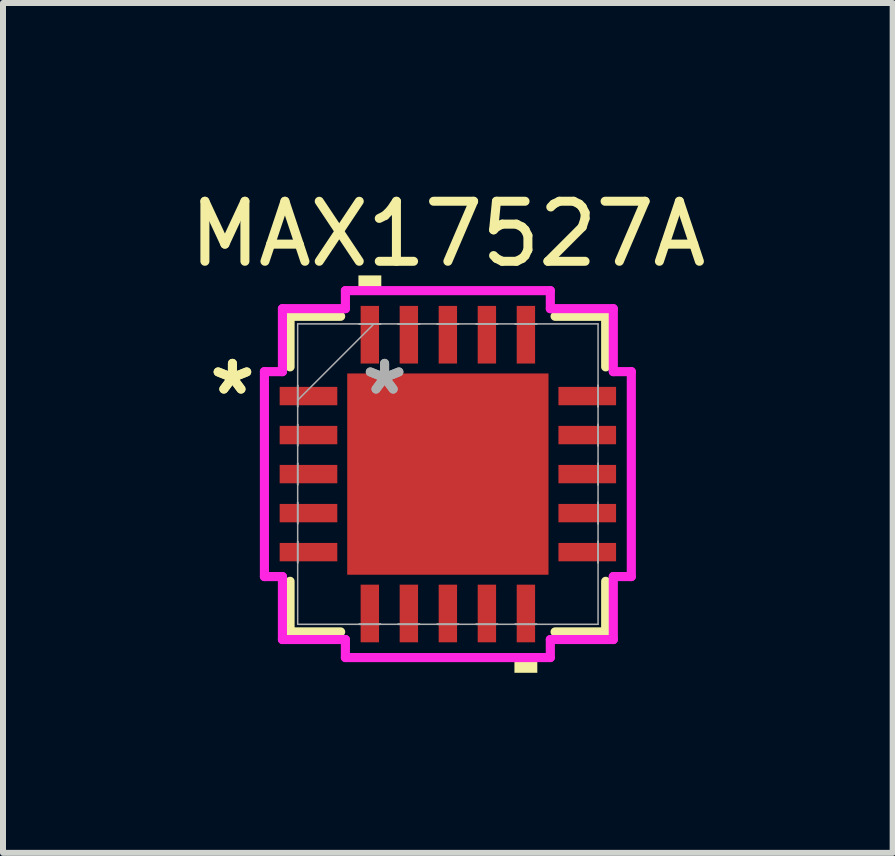
<source format=kicad_pcb>
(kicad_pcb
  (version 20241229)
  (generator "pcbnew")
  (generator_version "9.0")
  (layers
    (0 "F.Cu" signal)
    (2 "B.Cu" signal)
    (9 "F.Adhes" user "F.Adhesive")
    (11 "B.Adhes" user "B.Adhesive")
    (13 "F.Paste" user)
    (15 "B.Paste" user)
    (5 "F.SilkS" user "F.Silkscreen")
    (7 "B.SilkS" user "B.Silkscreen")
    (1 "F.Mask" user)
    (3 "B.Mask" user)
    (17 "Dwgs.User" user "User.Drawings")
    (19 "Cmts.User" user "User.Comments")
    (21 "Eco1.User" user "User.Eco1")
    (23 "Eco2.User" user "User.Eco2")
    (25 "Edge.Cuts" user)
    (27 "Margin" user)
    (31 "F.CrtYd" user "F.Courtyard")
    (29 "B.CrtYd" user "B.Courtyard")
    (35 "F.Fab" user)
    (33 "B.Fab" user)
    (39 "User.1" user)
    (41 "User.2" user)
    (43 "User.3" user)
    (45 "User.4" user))
  (footprint "MAX17527A"
    (layer "F.Cu")
    (at 4.411 4.848)
    (property "Reference" "MAX17527A" (at 0 -4 0) (unlocked yes) (layer "F.SilkS") (effects (font (size 1 1) (thickness 0.15))))
    (attr smd)
    (fp_line (start -2.629 -2.629) (end -2.629 -1.786) (stroke (width 0.152) (type solid)) (layer "F.SilkS"))
    (fp_line (start -2.629 1.786) (end -2.629 2.629) (stroke (width 0.152) (type solid)) (layer "F.SilkS"))
    (fp_line (start -2.629 2.629) (end -1.786 2.629) (stroke (width 0.152) (type solid)) (layer "F.SilkS"))
    (fp_line (start -1.786 -2.629) (end -2.629 -2.629) (stroke (width 0.152) (type solid)) (layer "F.SilkS"))
    (fp_line (start 1.786 2.629) (end 2.629 2.629) (stroke (width 0.152) (type solid)) (layer "F.SilkS"))
    (fp_line (start 2.629 -2.629) (end 1.786 -2.629) (stroke (width 0.152) (type solid)) (layer "F.SilkS"))
    (fp_line (start 2.629 -1.786) (end 2.629 -2.629) (stroke (width 0.152) (type solid)) (layer "F.SilkS"))
    (fp_line (start 2.629 2.629) (end 2.629 1.786) (stroke (width 0.152) (type solid)) (layer "F.SilkS"))
    (fp_poly (pts (xy -1.49 -3.056) (xy -1.49 -3.31) (xy -1.109 -3.31) (xy -1.109 -3.056)) (stroke (width 0) (type solid)) (fill yes) (layer "F.SilkS"))
    (fp_poly (pts (xy 1.109 3.056) (xy 1.109 3.31) (xy 1.49 3.31) (xy 1.49 3.056)) (stroke (width 0) (type solid)) (fill yes) (layer "F.SilkS"))
    (fp_line (start -3.056 -1.707) (end -2.756 -1.707) (stroke (width 0.152) (type solid)) (layer "F.CrtYd"))
    (fp_line (start -3.056 1.707) (end -3.056 -1.707) (stroke (width 0.152) (type solid)) (layer "F.CrtYd"))
    (fp_line (start -2.756 -2.756) (end -1.707 -2.756) (stroke (width 0.152) (type solid)) (layer "F.CrtYd"))
    (fp_line (start -2.756 -1.707) (end -2.756 -2.756) (stroke (width 0.152) (type solid)) (layer "F.CrtYd"))
    (fp_line (start -2.756 1.707) (end -3.056 1.707) (stroke (width 0.152) (type solid)) (layer "F.CrtYd"))
    (fp_line (start -2.756 2.756) (end -2.756 1.707) (stroke (width 0.152) (type solid)) (layer "F.CrtYd"))
    (fp_line (start -1.707 -3.056) (end 1.707 -3.056) (stroke (width 0.152) (type solid)) (layer "F.CrtYd"))
    (fp_line (start -1.707 -2.756) (end -1.707 -3.056) (stroke (width 0.152) (type solid)) (layer "F.CrtYd"))
    (fp_line (start -1.707 2.756) (end -2.756 2.756) (stroke (width 0.152) (type solid)) (layer "F.CrtYd"))
    (fp_line (start -1.707 3.056) (end -1.707 2.756) (stroke (width 0.152) (type solid)) (layer "F.CrtYd"))
    (fp_line (start 1.707 -3.056) (end 1.707 -2.756) (stroke (width 0.152) (type solid)) (layer "F.CrtYd"))
    (fp_line (start 1.707 -2.756) (end 2.756 -2.756) (stroke (width 0.152) (type solid)) (layer "F.CrtYd"))
    (fp_line (start 1.707 2.756) (end 1.707 3.056) (stroke (width 0.152) (type solid)) (layer "F.CrtYd"))
    (fp_line (start 1.707 3.056) (end -1.707 3.056) (stroke (width 0.152) (type solid)) (layer "F.CrtYd"))
    (fp_line (start 2.756 -2.756) (end 2.756 -1.707) (stroke (width 0.152) (type solid)) (layer "F.CrtYd"))
    (fp_line (start 2.756 -1.707) (end 3.056 -1.707) (stroke (width 0.152) (type solid)) (layer "F.CrtYd"))
    (fp_line (start 2.756 1.707) (end 2.756 2.756) (stroke (width 0.152) (type solid)) (layer "F.CrtYd"))
    (fp_line (start 2.756 2.756) (end 1.707 2.756) (stroke (width 0.152) (type solid)) (layer "F.CrtYd"))
    (fp_line (start 3.056 -1.707) (end 3.056 1.707) (stroke (width 0.152) (type solid)) (layer "F.CrtYd"))
    (fp_line (start 3.056 1.707) (end 2.756 1.707) (stroke (width 0.152) (type solid)) (layer "F.CrtYd"))
    (fp_line (start -2.502 -2.502) (end -2.502 2.502) (stroke (width 0.025) (type solid)) (layer "F.Fab"))
    (fp_line (start -2.502 -1.478) (end -2.502 -1.478) (stroke (width 0.025) (type solid)) (layer "F.Fab"))
    (fp_line (start -2.502 -1.478) (end -2.502 -1.122) (stroke (width 0.025) (type solid)) (layer "F.Fab"))
    (fp_line (start -2.502 -1.232) (end -1.232 -2.502) (stroke (width 0.025) (type solid)) (layer "F.Fab"))
    (fp_line (start -2.502 -1.122) (end -2.502 -1.478) (stroke (width 0.025) (type solid)) (layer "F.Fab"))
    (fp_line (start -2.502 -1.122) (end -2.502 -1.122) (stroke (width 0.025) (type solid)) (layer "F.Fab"))
    (fp_line (start -2.502 -0.828) (end -2.502 -0.828) (stroke (width 0.025) (type solid)) (layer "F.Fab"))
    (fp_line (start -2.502 -0.828) (end -2.502 -0.472) (stroke (width 0.025) (type solid)) (layer "F.Fab"))
    (fp_line (start -2.502 -0.472) (end -2.502 -0.828) (stroke (width 0.025) (type solid)) (layer "F.Fab"))
    (fp_line (start -2.502 -0.472) (end -2.502 -0.472) (stroke (width 0.025) (type solid)) (layer "F.Fab"))
    (fp_line (start -2.502 -0.178) (end -2.502 -0.178) (stroke (width 0.025) (type solid)) (layer "F.Fab"))
    (fp_line (start -2.502 -0.178) (end -2.502 0.178) (stroke (width 0.025) (type solid)) (layer "F.Fab"))
    (fp_line (start -2.502 0.178) (end -2.502 -0.178) (stroke (width 0.025) (type solid)) (layer "F.Fab"))
    (fp_line (start -2.502 0.178) (end -2.502 0.178) (stroke (width 0.025) (type solid)) (layer "F.Fab"))
    (fp_line (start -2.502 0.472) (end -2.502 0.472) (stroke (width 0.025) (type solid)) (layer "F.Fab"))
    (fp_line (start -2.502 0.472) (end -2.502 0.828) (stroke (width 0.025) (type solid)) (layer "F.Fab"))
    (fp_line (start -2.502 0.828) (end -2.502 0.472) (stroke (width 0.025) (type solid)) (layer "F.Fab"))
    (fp_line (start -2.502 0.828) (end -2.502 0.828) (stroke (width 0.025) (type solid)) (layer "F.Fab"))
    (fp_line (start -2.502 1.122) (end -2.502 1.122) (stroke (width 0.025) (type solid)) (layer "F.Fab"))
    (fp_line (start -2.502 1.122) (end -2.502 1.478) (stroke (width 0.025) (type solid)) (layer "F.Fab"))
    (fp_line (start -2.502 1.478) (end -2.502 1.122) (stroke (width 0.025) (type solid)) (layer "F.Fab"))
    (fp_line (start -2.502 1.478) (end -2.502 1.478) (stroke (width 0.025) (type solid)) (layer "F.Fab"))
    (fp_line (start -2.502 2.502) (end 2.502 2.502) (stroke (width 0.025) (type solid)) (layer "F.Fab"))
    (fp_line (start -1.478 -2.502) (end -1.478 -2.502) (stroke (width 0.025) (type solid)) (layer "F.Fab"))
    (fp_line (start -1.478 -2.502) (end -1.122 -2.502) (stroke (width 0.025) (type solid)) (layer "F.Fab"))
    (fp_line (start -1.478 2.502) (end -1.478 2.502) (stroke (width 0.025) (type solid)) (layer "F.Fab"))
    (fp_line (start -1.478 2.502) (end -1.122 2.502) (stroke (width 0.025) (type solid)) (layer "F.Fab"))
    (fp_line (start -1.122 -2.502) (end -1.478 -2.502) (stroke (width 0.025) (type solid)) (layer "F.Fab"))
    (fp_line (start -1.122 -2.502) (end -1.122 -2.502) (stroke (width 0.025) (type solid)) (layer "F.Fab"))
    (fp_line (start -1.122 2.502) (end -1.478 2.502) (stroke (width 0.025) (type solid)) (layer "F.Fab"))
    (fp_line (start -1.122 2.502) (end -1.122 2.502) (stroke (width 0.025) (type solid)) (layer "F.Fab"))
    (fp_line (start -0.828 -2.502) (end -0.828 -2.502) (stroke (width 0.025) (type solid)) (layer "F.Fab"))
    (fp_line (start -0.828 -2.502) (end -0.472 -2.502) (stroke (width 0.025) (type solid)) (layer "F.Fab"))
    (fp_line (start -0.828 2.502) (end -0.828 2.502) (stroke (width 0.025) (type solid)) (layer "F.Fab"))
    (fp_line (start -0.828 2.502) (end -0.472 2.502) (stroke (width 0.025) (type solid)) (layer "F.Fab"))
    (fp_line (start -0.472 -2.502) (end -0.828 -2.502) (stroke (width 0.025) (type solid)) (layer "F.Fab"))
    (fp_line (start -0.472 -2.502) (end -0.472 -2.502) (stroke (width 0.025) (type solid)) (layer "F.Fab"))
    (fp_line (start -0.472 2.502) (end -0.828 2.502) (stroke (width 0.025) (type solid)) (layer "F.Fab"))
    (fp_line (start -0.472 2.502) (end -0.472 2.502) (stroke (width 0.025) (type solid)) (layer "F.Fab"))
    (fp_line (start -0.178 -2.502) (end -0.178 -2.502) (stroke (width 0.025) (type solid)) (layer "F.Fab"))
    (fp_line (start -0.178 -2.502) (end 0.178 -2.502) (stroke (width 0.025) (type solid)) (layer "F.Fab"))
    (fp_line (start -0.178 2.502) (end -0.178 2.502) (stroke (width 0.025) (type solid)) (layer "F.Fab"))
    (fp_line (start -0.178 2.502) (end 0.178 2.502) (stroke (width 0.025) (type solid)) (layer "F.Fab"))
    (fp_line (start 0.178 -2.502) (end -0.178 -2.502) (stroke (width 0.025) (type solid)) (layer "F.Fab"))
    (fp_line (start 0.178 -2.502) (end 0.178 -2.502) (stroke (width 0.025) (type solid)) (layer "F.Fab"))
    (fp_line (start 0.178 2.502) (end -0.178 2.502) (stroke (width 0.025) (type solid)) (layer "F.Fab"))
    (fp_line (start 0.178 2.502) (end 0.178 2.502) (stroke (width 0.025) (type solid)) (layer "F.Fab"))
    (fp_line (start 0.472 -2.502) (end 0.472 -2.502) (stroke (width 0.025) (type solid)) (layer "F.Fab"))
    (fp_line (start 0.472 -2.502) (end 0.828 -2.502) (stroke (width 0.025) (type solid)) (layer "F.Fab"))
    (fp_line (start 0.472 2.502) (end 0.472 2.502) (stroke (width 0.025) (type solid)) (layer "F.Fab"))
    (fp_line (start 0.472 2.502) (end 0.828 2.502) (stroke (width 0.025) (type solid)) (layer "F.Fab"))
    (fp_line (start 0.828 -2.502) (end 0.472 -2.502) (stroke (width 0.025) (type solid)) (layer "F.Fab"))
    (fp_line (start 0.828 -2.502) (end 0.828 -2.502) (stroke (width 0.025) (type solid)) (layer "F.Fab"))
    (fp_line (start 0.828 2.502) (end 0.472 2.502) (stroke (width 0.025) (type solid)) (layer "F.Fab"))
    (fp_line (start 0.828 2.502) (end 0.828 2.502) (stroke (width 0.025) (type solid)) (layer "F.Fab"))
    (fp_line (start 1.122 -2.502) (end 1.122 -2.502) (stroke (width 0.025) (type solid)) (layer "F.Fab"))
    (fp_line (start 1.122 -2.502) (end 1.478 -2.502) (stroke (width 0.025) (type solid)) (layer "F.Fab"))
    (fp_line (start 1.122 2.502) (end 1.122 2.502) (stroke (width 0.025) (type solid)) (layer "F.Fab"))
    (fp_line (start 1.122 2.502) (end 1.478 2.502) (stroke (width 0.025) (type solid)) (layer "F.Fab"))
    (fp_line (start 1.478 -2.502) (end 1.122 -2.502) (stroke (width 0.025) (type solid)) (layer "F.Fab"))
    (fp_line (start 1.478 -2.502) (end 1.478 -2.502) (stroke (width 0.025) (type solid)) (layer "F.Fab"))
    (fp_line (start 1.478 2.502) (end 1.122 2.502) (stroke (width 0.025) (type solid)) (layer "F.Fab"))
    (fp_line (start 1.478 2.502) (end 1.478 2.502) (stroke (width 0.025) (type solid)) (layer "F.Fab"))
    (fp_line (start 2.502 -2.502) (end -2.502 -2.502) (stroke (width 0.025) (type solid)) (layer "F.Fab"))
    (fp_line (start 2.502 -1.478) (end 2.502 -1.478) (stroke (width 0.025) (type solid)) (layer "F.Fab"))
    (fp_line (start 2.502 -1.478) (end 2.502 -1.122) (stroke (width 0.025) (type solid)) (layer "F.Fab"))
    (fp_line (start 2.502 -1.122) (end 2.502 -1.478) (stroke (width 0.025) (type solid)) (layer "F.Fab"))
    (fp_line (start 2.502 -1.122) (end 2.502 -1.122) (stroke (width 0.025) (type solid)) (layer "F.Fab"))
    (fp_line (start 2.502 -0.828) (end 2.502 -0.828) (stroke (width 0.025) (type solid)) (layer "F.Fab"))
    (fp_line (start 2.502 -0.828) (end 2.502 -0.472) (stroke (width 0.025) (type solid)) (layer "F.Fab"))
    (fp_line (start 2.502 -0.472) (end 2.502 -0.828) (stroke (width 0.025) (type solid)) (layer "F.Fab"))
    (fp_line (start 2.502 -0.472) (end 2.502 -0.472) (stroke (width 0.025) (type solid)) (layer "F.Fab"))
    (fp_line (start 2.502 -0.178) (end 2.502 -0.178) (stroke (width 0.025) (type solid)) (layer "F.Fab"))
    (fp_line (start 2.502 -0.178) (end 2.502 0.178) (stroke (width 0.025) (type solid)) (layer "F.Fab"))
    (fp_line (start 2.502 0.178) (end 2.502 -0.178) (stroke (width 0.025) (type solid)) (layer "F.Fab"))
    (fp_line (start 2.502 0.178) (end 2.502 0.178) (stroke (width 0.025) (type solid)) (layer "F.Fab"))
    (fp_line (start 2.502 0.472) (end 2.502 0.472) (stroke (width 0.025) (type solid)) (layer "F.Fab"))
    (fp_line (start 2.502 0.472) (end 2.502 0.828) (stroke (width 0.025) (type solid)) (layer "F.Fab"))
    (fp_line (start 2.502 0.828) (end 2.502 0.472) (stroke (width 0.025) (type solid)) (layer "F.Fab"))
    (fp_line (start 2.502 0.828) (end 2.502 0.828) (stroke (width 0.025) (type solid)) (layer "F.Fab"))
    (fp_line (start 2.502 1.122) (end 2.502 1.122) (stroke (width 0.025) (type solid)) (layer "F.Fab"))
    (fp_line (start 2.502 1.122) (end 2.502 1.478) (stroke (width 0.025) (type solid)) (layer "F.Fab"))
    (fp_line (start 2.502 1.478) (end 2.502 1.122) (stroke (width 0.025) (type solid)) (layer "F.Fab"))
    (fp_line (start 2.502 1.478) (end 2.502 1.478) (stroke (width 0.025) (type solid)) (layer "F.Fab"))
    (fp_line (start 2.502 2.502) (end 2.502 -2.502) (stroke (width 0.025) (type solid)) (layer "F.Fab"))
    (fp_text user "*" (at -3.589 -1.3 0) (layer "F.SilkS") (effects (font (size 1 1) (thickness 0.15))))
    (fp_text user "*" (at -3.589 -1.3 0) (unlocked yes) (layer "F.SilkS") (effects (font (size 1 1) (thickness 0.15))))
    (fp_text user "*" (at -1.054 -1.3 0) (unlocked yes) (layer "F.Fab") (effects (font (size 1 1) (thickness 0.15))))
    (fp_text user "*" (at -1.054 -1.3 0) (layer "F.Fab") (effects (font (size 1 1) (thickness 0.15))))
    (pad "1" smd rect (at -2.322 -1.3 90) (size 0.306 0.96) (layers "F.Cu" "F.Mask" "F.Paste"))
    (pad "2" smd rect (at -2.322 -0.65 90) (size 0.306 0.96) (layers "F.Cu" "F.Mask" "F.Paste"))
    (pad "3" smd rect (at -2.322 0 90) (size 0.306 0.96) (layers "F.Cu" "F.Mask" "F.Paste"))
    (pad "4" smd rect (at -2.322 0.65 90) (size 0.306 0.96) (layers "F.Cu" "F.Mask" "F.Paste"))
    (pad "5" smd rect (at -2.322 1.3 90) (size 0.306 0.96) (layers "F.Cu" "F.Mask" "F.Paste"))
    (pad "6" smd rect (at -1.3 2.322) (size 0.306 0.96) (layers "F.Cu" "F.Mask" "F.Paste"))
    (pad "7" smd rect (at -0.65 2.322) (size 0.306 0.96) (layers "F.Cu" "F.Mask" "F.Paste"))
    (pad "8" smd rect (at 0 2.322) (size 0.306 0.96) (layers "F.Cu" "F.Mask" "F.Paste"))
    (pad "9" smd rect (at 0.65 2.322) (size 0.306 0.96) (layers "F.Cu" "F.Mask" "F.Paste"))
    (pad "10" smd rect (at 1.3 2.322) (size 0.306 0.96) (layers "F.Cu" "F.Mask" "F.Paste"))
    (pad "11" smd rect (at 2.322 1.3 90) (size 0.306 0.96) (layers "F.Cu" "F.Mask" "F.Paste"))
    (pad "12" smd rect (at 2.322 0.65 90) (size 0.306 0.96) (layers "F.Cu" "F.Mask" "F.Paste"))
    (pad "13" smd rect (at 2.322 0 90) (size 0.306 0.96) (layers "F.Cu" "F.Mask" "F.Paste"))
    (pad "14" smd rect (at 2.322 -0.65 90) (size 0.306 0.96) (layers "F.Cu" "F.Mask" "F.Paste"))
    (pad "15" smd rect (at 2.322 -1.3 90) (size 0.306 0.96) (layers "F.Cu" "F.Mask" "F.Paste"))
    (pad "16" smd rect (at 1.3 -2.322) (size 0.306 0.96) (layers "F.Cu" "F.Mask" "F.Paste"))
    (pad "17" smd rect (at 0.65 -2.322) (size 0.306 0.96) (layers "F.Cu" "F.Mask" "F.Paste"))
    (pad "18" smd rect (at 0 -2.322) (size 0.306 0.96) (layers "F.Cu" "F.Mask" "F.Paste"))
    (pad "19" smd rect (at -0.65 -2.322) (size 0.306 0.96) (layers "F.Cu" "F.Mask" "F.Paste"))
    (pad "20" smd rect (at -1.3 -2.322) (size 0.306 0.96) (layers "F.Cu" "F.Mask" "F.Paste"))
    (pad "21" smd rect (at 0 0) (size 3.353 3.353) (layers "F.Cu" "F.Mask" "F.Paste")))
  (gr_rect
    (start -3 -3)
    (end 11.821 11.158)
    (stroke (width 0.1) (type default))
    (fill no)
    (layer "Edge.Cuts")))
</source>
